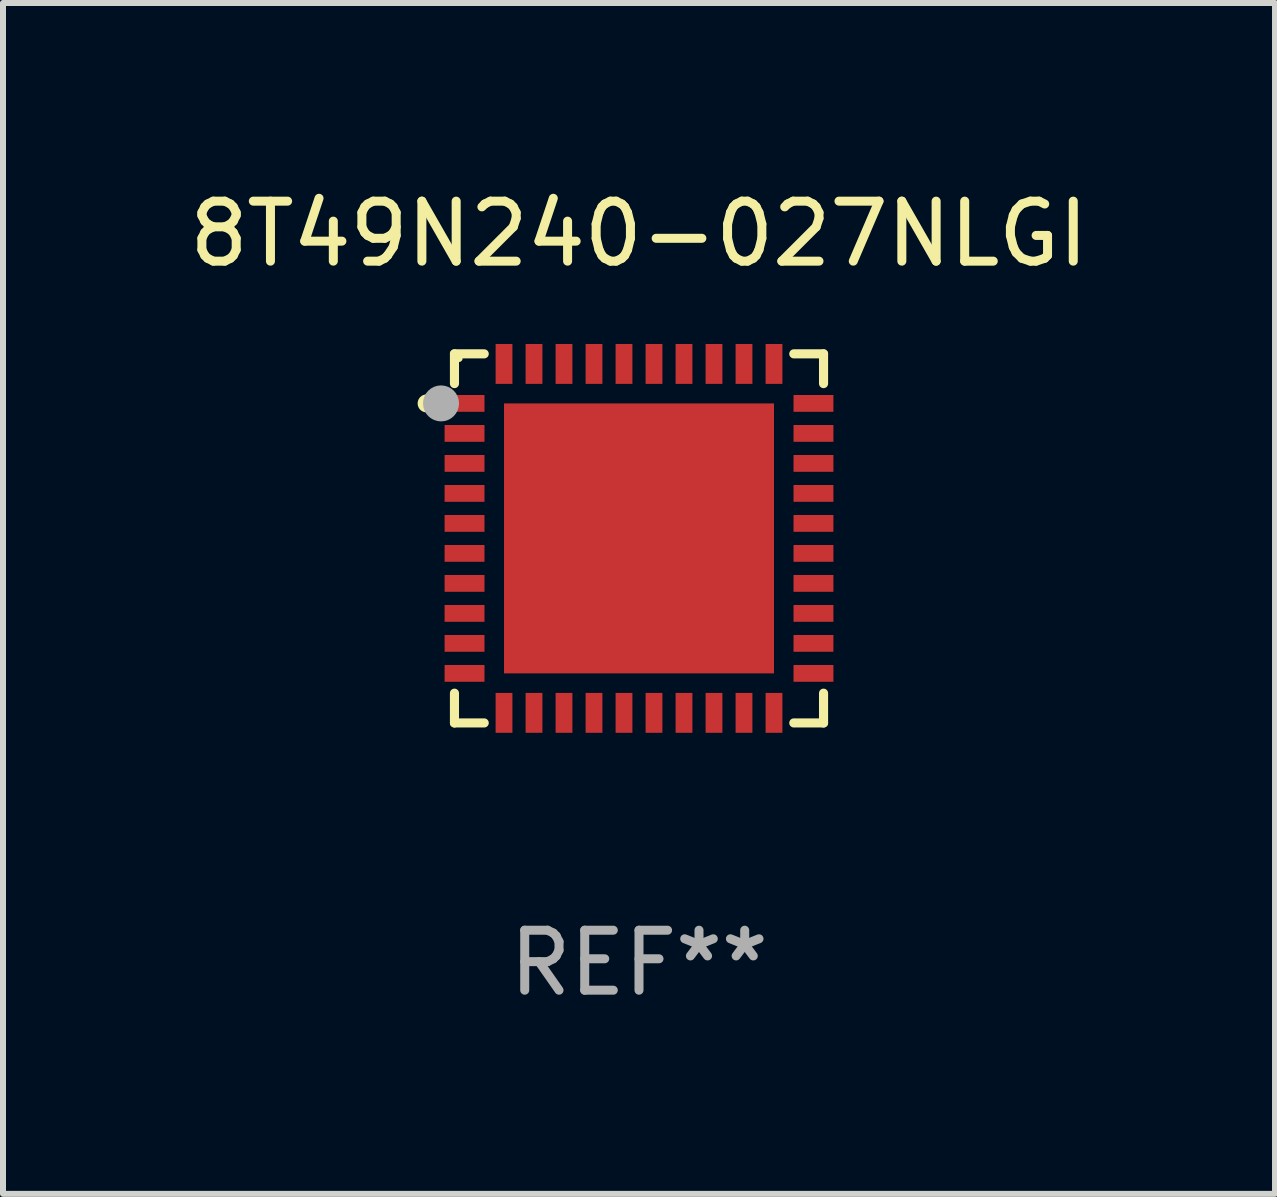
<source format=kicad_pcb>
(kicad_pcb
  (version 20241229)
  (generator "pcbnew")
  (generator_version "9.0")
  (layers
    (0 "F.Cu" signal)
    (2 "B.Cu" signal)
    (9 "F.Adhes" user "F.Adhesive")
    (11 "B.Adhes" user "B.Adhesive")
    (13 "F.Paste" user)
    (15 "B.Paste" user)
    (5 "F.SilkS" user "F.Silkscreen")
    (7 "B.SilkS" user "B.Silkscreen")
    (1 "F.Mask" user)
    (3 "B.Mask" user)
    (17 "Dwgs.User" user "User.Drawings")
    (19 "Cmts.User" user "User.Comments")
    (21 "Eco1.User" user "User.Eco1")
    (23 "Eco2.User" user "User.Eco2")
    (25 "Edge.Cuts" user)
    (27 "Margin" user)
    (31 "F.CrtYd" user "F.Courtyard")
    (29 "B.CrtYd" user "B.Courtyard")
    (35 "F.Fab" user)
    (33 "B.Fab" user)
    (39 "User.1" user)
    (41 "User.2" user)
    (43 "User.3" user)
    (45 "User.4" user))
  (footprint "8T49N240-027NLGI"
    (layer "F.Cu")
    (at 7.601 5.924)
    (property "Reference" "8T49N240-027NLGI" (at 0 -5.076 0) (layer "F.SilkS") (effects (font (size 1 1) (thickness 0.15))))
    (attr through_hole)
    (fp_line (start -3.076 -3.076) (end -3.076 -2.58) (stroke (width 0.152) (type solid)) (layer "F.SilkS"))
    (fp_line (start -3.076 3.076) (end -3.076 2.58) (stroke (width 0.152) (type solid)) (layer "F.SilkS"))
    (fp_line (start -2.58 -3.076) (end -3.076 -3.076) (stroke (width 0.152) (type solid)) (layer "F.SilkS"))
    (fp_line (start -2.58 3.076) (end -3.076 3.076) (stroke (width 0.152) (type solid)) (layer "F.SilkS"))
    (fp_line (start 2.58 -3.076) (end 3.076 -3.076) (stroke (width 0.152) (type solid)) (layer "F.SilkS"))
    (fp_line (start 2.58 3.076) (end 3.076 3.076) (stroke (width 0.152) (type solid)) (layer "F.SilkS"))
    (fp_line (start 3.076 -3.076) (end 3.076 -2.58) (stroke (width 0.152) (type solid)) (layer "F.SilkS"))
    (fp_line (start 3.076 3.076) (end 3.076 2.58) (stroke (width 0.152) (type solid)) (layer "F.SilkS"))
    (fp_circle (center -3.54 -2.25) (end -3.465 -2.25) (stroke (width 0.15) (type solid)) (fill no) (layer "F.SilkS"))
    (fp_circle (center -3 -3) (end -2.97 -3) (stroke (width 0.06) (type solid)) (fill no) (layer "F.SilkS"))
    (fp_circle (center -3.3 -2.25) (end -3.15 -2.25) (stroke (width 0.3) (type solid)) (fill no) (layer "F.Fab"))
    (fp_text user "REF**" (at 0 7.076 0) (layer "F.Fab") (effects (font (size 1 1) (thickness 0.15))))
    (pad "1" smd rect (at -2.908 -2.25) (size 0.665 0.28) (layers "F.Cu" "F.Mask" "F.Paste"))
    (pad "2" smd rect (at -2.908 -1.75) (size 0.665 0.28) (layers "F.Cu" "F.Mask" "F.Paste"))
    (pad "3" smd rect (at -2.908 -1.25) (size 0.665 0.28) (layers "F.Cu" "F.Mask" "F.Paste"))
    (pad "4" smd rect (at -2.908 -0.75) (size 0.665 0.28) (layers "F.Cu" "F.Mask" "F.Paste"))
    (pad "5" smd rect (at -2.908 -0.25) (size 0.665 0.28) (layers "F.Cu" "F.Mask" "F.Paste"))
    (pad "6" smd rect (at -2.908 0.25) (size 0.665 0.28) (layers "F.Cu" "F.Mask" "F.Paste"))
    (pad "7" smd rect (at -2.908 0.75) (size 0.665 0.28) (layers "F.Cu" "F.Mask" "F.Paste"))
    (pad "8" smd rect (at -2.908 1.25) (size 0.665 0.28) (layers "F.Cu" "F.Mask" "F.Paste"))
    (pad "9" smd rect (at -2.908 1.75) (size 0.665 0.28) (layers "F.Cu" "F.Mask" "F.Paste"))
    (pad "10" smd rect (at -2.908 2.25) (size 0.665 0.28) (layers "F.Cu" "F.Mask" "F.Paste"))
    (pad "11" smd rect (at -2.25 2.908) (size 0.28 0.665) (layers "F.Cu" "F.Mask" "F.Paste"))
    (pad "12" smd rect (at -1.75 2.908) (size 0.28 0.665) (layers "F.Cu" "F.Mask" "F.Paste"))
    (pad "13" smd rect (at -1.25 2.908) (size 0.28 0.665) (layers "F.Cu" "F.Mask" "F.Paste"))
    (pad "14" smd rect (at -0.75 2.908) (size 0.28 0.665) (layers "F.Cu" "F.Mask" "F.Paste"))
    (pad "15" smd rect (at -0.25 2.908) (size 0.28 0.665) (layers "F.Cu" "F.Mask" "F.Paste"))
    (pad "16" smd rect (at 0.25 2.908) (size 0.28 0.665) (layers "F.Cu" "F.Mask" "F.Paste"))
    (pad "17" smd rect (at 0.75 2.908) (size 0.28 0.665) (layers "F.Cu" "F.Mask" "F.Paste"))
    (pad "18" smd rect (at 1.25 2.908) (size 0.28 0.665) (layers "F.Cu" "F.Mask" "F.Paste"))
    (pad "19" smd rect (at 1.75 2.908) (size 0.28 0.665) (layers "F.Cu" "F.Mask" "F.Paste"))
    (pad "20" smd rect (at 2.25 2.908) (size 0.28 0.665) (layers "F.Cu" "F.Mask" "F.Paste"))
    (pad "21" smd rect (at 2.908 2.25) (size 0.665 0.28) (layers "F.Cu" "F.Mask" "F.Paste"))
    (pad "22" smd rect (at 2.908 1.75) (size 0.665 0.28) (layers "F.Cu" "F.Mask" "F.Paste"))
    (pad "23" smd rect (at 2.908 1.25) (size 0.665 0.28) (layers "F.Cu" "F.Mask" "F.Paste"))
    (pad "24" smd rect (at 2.908 0.75) (size 0.665 0.28) (layers "F.Cu" "F.Mask" "F.Paste"))
    (pad "25" smd rect (at 2.908 0.25) (size 0.665 0.28) (layers "F.Cu" "F.Mask" "F.Paste"))
    (pad "26" smd rect (at 2.908 -0.25) (size 0.665 0.28) (layers "F.Cu" "F.Mask" "F.Paste"))
    (pad "27" smd rect (at 2.908 -0.75) (size 0.665 0.28) (layers "F.Cu" "F.Mask" "F.Paste"))
    (pad "28" smd rect (at 2.908 -1.25) (size 0.665 0.28) (layers "F.Cu" "F.Mask" "F.Paste"))
    (pad "29" smd rect (at 2.908 -1.75) (size 0.665 0.28) (layers "F.Cu" "F.Mask" "F.Paste"))
    (pad "30" smd rect (at 2.908 -2.25) (size 0.665 0.28) (layers "F.Cu" "F.Mask" "F.Paste"))
    (pad "31" smd rect (at 2.25 -2.908) (size 0.28 0.665) (layers "F.Cu" "F.Mask" "F.Paste"))
    (pad "32" smd rect (at 1.75 -2.908) (size 0.28 0.665) (layers "F.Cu" "F.Mask" "F.Paste"))
    (pad "33" smd rect (at 1.25 -2.908) (size 0.28 0.665) (layers "F.Cu" "F.Mask" "F.Paste"))
    (pad "34" smd rect (at 0.75 -2.908) (size 0.28 0.665) (layers "F.Cu" "F.Mask" "F.Paste"))
    (pad "35" smd rect (at 0.25 -2.908) (size 0.28 0.665) (layers "F.Cu" "F.Mask" "F.Paste"))
    (pad "36" smd rect (at -0.25 -2.908) (size 0.28 0.665) (layers "F.Cu" "F.Mask" "F.Paste"))
    (pad "37" smd rect (at -0.75 -2.908) (size 0.28 0.665) (layers "F.Cu" "F.Mask" "F.Paste"))
    (pad "38" smd rect (at -1.25 -2.908) (size 0.28 0.665) (layers "F.Cu" "F.Mask" "F.Paste"))
    (pad "39" smd rect (at -1.75 -2.908) (size 0.28 0.665) (layers "F.Cu" "F.Mask" "F.Paste"))
    (pad "40" smd rect (at -2.25 -2.908) (size 0.28 0.665) (layers "F.Cu" "F.Mask" "F.Paste"))
    (pad "41" smd rect (at 0 0) (size 4.5 4.5) (layers "F.Cu" "F.Mask" "F.Paste")))
  (gr_rect
    (start -3 -3)
    (end 18.202 16.849)
    (stroke (width 0.1) (type default))
    (fill no)
    (layer "Edge.Cuts")))
</source>
